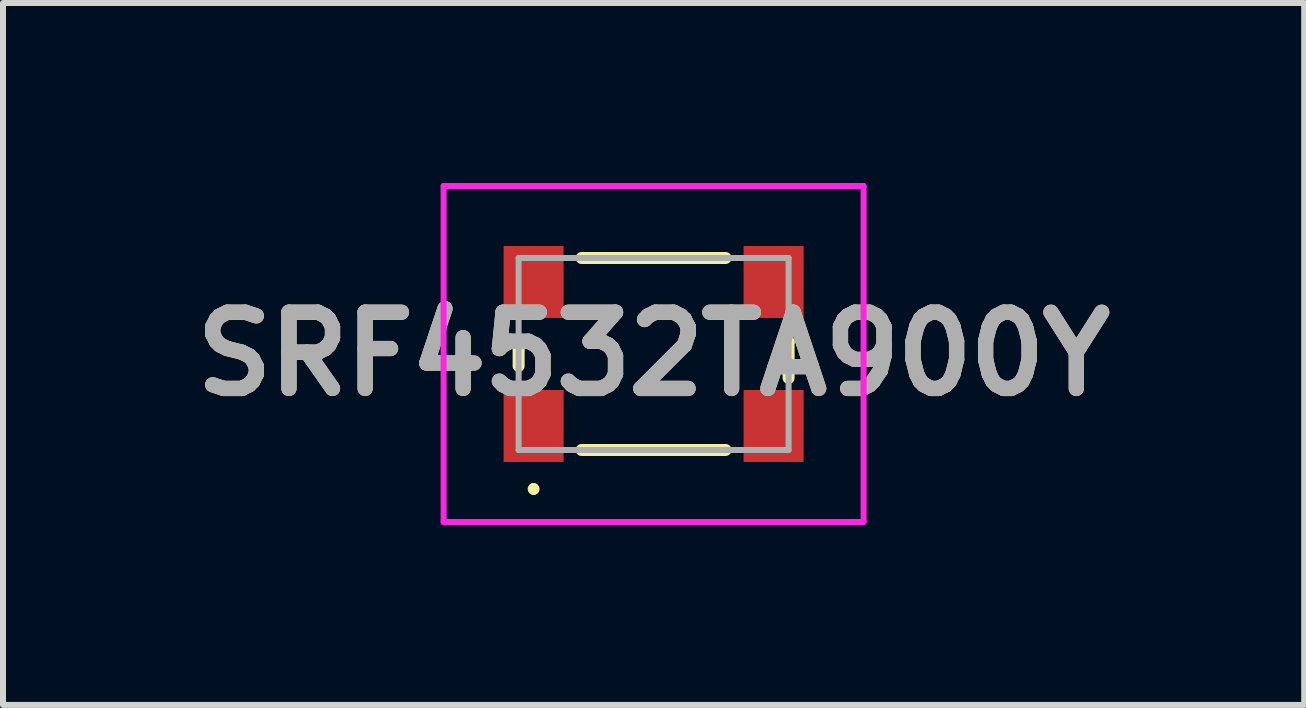
<source format=kicad_pcb>
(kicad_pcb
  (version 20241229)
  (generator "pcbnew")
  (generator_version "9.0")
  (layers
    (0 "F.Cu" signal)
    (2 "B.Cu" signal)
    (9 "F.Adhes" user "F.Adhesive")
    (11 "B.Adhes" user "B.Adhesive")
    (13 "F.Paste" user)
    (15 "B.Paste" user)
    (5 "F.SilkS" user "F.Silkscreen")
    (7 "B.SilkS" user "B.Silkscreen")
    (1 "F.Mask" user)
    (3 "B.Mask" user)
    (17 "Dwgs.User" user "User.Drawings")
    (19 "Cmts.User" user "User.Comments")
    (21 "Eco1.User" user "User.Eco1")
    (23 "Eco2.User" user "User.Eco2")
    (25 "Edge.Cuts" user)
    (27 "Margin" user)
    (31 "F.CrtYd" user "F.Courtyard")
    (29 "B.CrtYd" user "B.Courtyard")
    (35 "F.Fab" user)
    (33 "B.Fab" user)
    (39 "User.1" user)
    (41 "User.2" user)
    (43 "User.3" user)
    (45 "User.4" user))
  (footprint "SRF4532TA900Y"
    (layer "F.Cu")
    (at 7.844 2.85)
    (property "Reference" "SRF4532TA900Y" (at 0 0 0) (layer "F.SilkS") (effects (font (size 1.27 1.27) (thickness 0.254))))
    (attr smd)
    (fp_line (start -2.25 -0.2) (end -2.25 0.2) (stroke (width 0.2) (type solid)) (layer "F.SilkS"))
    (fp_line (start -2 2.2) (end -2 2.2) (stroke (width 0.1) (type solid)) (layer "F.SilkS"))
    (fp_line (start -2 2.3) (end -2 2.3) (stroke (width 0.1) (type solid)) (layer "F.SilkS"))
    (fp_line (start -1.2 -1.6) (end 1.2 -1.6) (stroke (width 0.2) (type solid)) (layer "F.SilkS"))
    (fp_line (start -1.2 1.6) (end 1.2 1.6) (stroke (width 0.2) (type solid)) (layer "F.SilkS"))
    (fp_line (start 2.25 -0.2) (end 2.25 -0.2) (stroke (width 0.2) (type solid)) (layer "F.SilkS"))
    (fp_line (start 2.25 -0.2) (end 2.25 0.4) (stroke (width 0.2) (type solid)) (layer "F.SilkS"))
    (fp_arc (start -2 2.2) (mid -1.95 2.25) (end -2 2.3) (stroke (width 0.1) (type solid)) (layer "F.SilkS"))
    (fp_arc (start -2 2.3) (mid -2.05 2.25) (end -2 2.2) (stroke (width 0.1) (type solid)) (layer "F.SilkS"))
    (fp_line (start -3.5 -2.8) (end 3.5 -2.8) (stroke (width 0.1) (type solid)) (layer "F.CrtYd"))
    (fp_line (start -3.5 2.8) (end -3.5 -2.8) (stroke (width 0.1) (type solid)) (layer "F.CrtYd"))
    (fp_line (start 3.5 -2.8) (end 3.5 2.8) (stroke (width 0.1) (type solid)) (layer "F.CrtYd"))
    (fp_line (start 3.5 2.8) (end -3.5 2.8) (stroke (width 0.1) (type solid)) (layer "F.CrtYd"))
    (fp_line (start -2.25 -1.6) (end -2.25 1.6) (stroke (width 0.1) (type solid)) (layer "F.Fab"))
    (fp_line (start -2.25 1.6) (end 2.25 1.6) (stroke (width 0.1) (type solid)) (layer "F.Fab"))
    (fp_line (start 2.25 -1.6) (end -2.25 -1.6) (stroke (width 0.1) (type solid)) (layer "F.Fab"))
    (fp_line (start 2.25 1.6) (end 2.25 -1.6) (stroke (width 0.1) (type solid)) (layer "F.Fab"))
    (fp_text user "${REFERENCE}" (at 0 0 0) (layer "F.Fab") (effects (font (size 1.27 1.27) (thickness 0.254))))
    (pad "1" smd rect (at -2 1.2) (size 1 1.2) (layers "F.Cu" "F.Mask" "F.Paste"))
    (pad "2" smd rect (at 2 1.2) (size 1 1.2) (layers "F.Cu" "F.Mask" "F.Paste"))
    (pad "3" smd rect (at 2 -1.2) (size 1 1.2) (layers "F.Cu" "F.Mask" "F.Paste"))
    (pad "4" smd rect (at -2 -1.2) (size 1 1.2) (layers "F.Cu" "F.Mask" "F.Paste")))
  (gr_rect
    (start -3 -3)
    (end 18.688 8.7)
    (stroke (width 0.1) (type default))
    (fill no)
    (layer "Edge.Cuts")))
</source>
